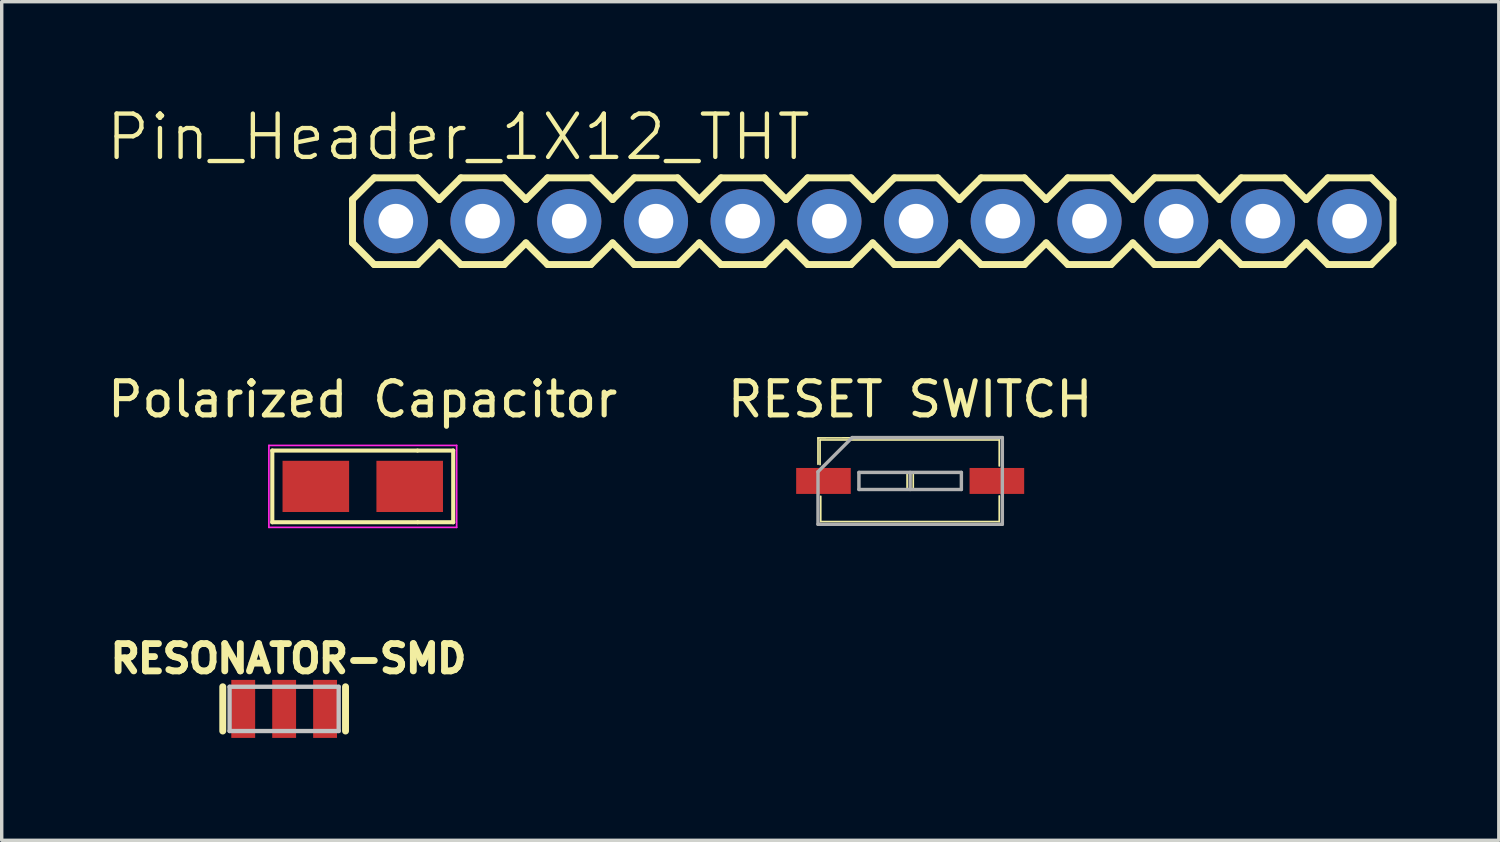
<source format=kicad_pcb>
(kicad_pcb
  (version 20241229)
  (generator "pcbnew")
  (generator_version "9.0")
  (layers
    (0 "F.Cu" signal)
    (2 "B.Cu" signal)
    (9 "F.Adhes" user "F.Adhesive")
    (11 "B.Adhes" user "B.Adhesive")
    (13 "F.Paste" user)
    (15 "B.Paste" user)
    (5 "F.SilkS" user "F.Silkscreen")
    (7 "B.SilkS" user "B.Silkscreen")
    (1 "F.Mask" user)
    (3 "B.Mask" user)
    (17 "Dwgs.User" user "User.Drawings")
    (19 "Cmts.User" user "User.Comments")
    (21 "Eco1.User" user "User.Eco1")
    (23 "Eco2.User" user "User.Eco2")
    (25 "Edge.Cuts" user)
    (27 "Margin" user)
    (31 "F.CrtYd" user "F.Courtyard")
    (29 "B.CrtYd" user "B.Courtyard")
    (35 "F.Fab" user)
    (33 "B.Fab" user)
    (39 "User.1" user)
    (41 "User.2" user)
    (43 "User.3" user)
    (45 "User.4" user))
  (footprint "Polarized Capacitor"
    (layer "F.Cu")
    (at 7.577 11.199)
    (property "Reference" "Polarized Capacitor" (at 0 -2.55 0) (layer "F.SilkS") (effects (font (size 1 1) (thickness 0.15))))
    (attr smd)
    (fp_line (start -2.65 -1.05) (end -2.65 1.05) (stroke (width 0.12) (type solid)) (layer "F.SilkS"))
    (fp_line (start -2.65 -1.05) (end 1.6 -1.05) (stroke (width 0.12) (type solid)) (layer "F.SilkS"))
    (fp_line (start -2.65 1.05) (end 1.6 1.05) (stroke (width 0.12) (type solid)) (layer "F.SilkS"))
    (fp_line (start 1.61 -1.05) (end 2.65 -1.05) (stroke (width 0.12) (type solid)) (layer "F.SilkS"))
    (fp_line (start 2.65 -1.05) (end 2.65 1.05) (stroke (width 0.12) (type solid)) (layer "F.SilkS"))
    (fp_line (start 2.65 1.05) (end 1.62 1.05) (stroke (width 0.12) (type solid)) (layer "F.SilkS"))
    (fp_line (start -2.75 -1.2) (end -2.75 1.2) (stroke (width 0.05) (type solid)) (layer "F.CrtYd"))
    (fp_line (start -2.75 1.2) (end 2.75 1.2) (stroke (width 0.05) (type solid)) (layer "F.CrtYd"))
    (fp_line (start 2.75 -1.2) (end -2.75 -1.2) (stroke (width 0.05) (type solid)) (layer "F.CrtYd"))
    (fp_line (start 2.75 1.2) (end 2.75 -1.2) (stroke (width 0.05) (type solid)) (layer "F.CrtYd"))
    (pad "1" smd rect (at -1.375 0) (size 1.95 1.5) (layers "F.Cu" "F.Mask" "F.Paste"))
    (pad "2" smd rect (at 1.375 0) (size 1.95 1.5) (layers "F.Cu" "F.Mask" "F.Paste")))
  (footprint "Pin_Header_1X12_THT"
    (layer "F.Cu")
    (at 8.546 3.43)
    (property "Reference" "Pin_Header_1X12_THT" (at 1.829 -2.464 0) (layer "F.SilkS") (effects (font (size 1.27 1.27) (thickness 0.127))))
    (attr exclude_from_pos_files exclude_from_bom)
    (fp_line (start -1.27 -0.635) (end -1.27 0.635) (stroke (width 0.203) (type solid)) (layer "F.SilkS"))
    (fp_line (start -1.27 0.635) (end -0.635 1.27) (stroke (width 0.203) (type solid)) (layer "F.SilkS"))
    (fp_line (start -0.635 -1.27) (end -1.27 -0.635) (stroke (width 0.203) (type solid)) (layer "F.SilkS"))
    (fp_line (start -0.635 -1.27) (end 0.635 -1.27) (stroke (width 0.203) (type solid)) (layer "F.SilkS"))
    (fp_line (start 0.635 -1.27) (end 1.27 -0.635) (stroke (width 0.203) (type solid)) (layer "F.SilkS"))
    (fp_line (start 0.635 1.27) (end -0.635 1.27) (stroke (width 0.203) (type solid)) (layer "F.SilkS"))
    (fp_line (start 1.27 -0.635) (end 1.905 -1.27) (stroke (width 0.203) (type solid)) (layer "F.SilkS"))
    (fp_line (start 1.27 0.635) (end 0.635 1.27) (stroke (width 0.203) (type solid)) (layer "F.SilkS"))
    (fp_line (start 1.905 -1.27) (end 3.175 -1.27) (stroke (width 0.203) (type solid)) (layer "F.SilkS"))
    (fp_line (start 1.905 1.27) (end 1.27 0.635) (stroke (width 0.203) (type solid)) (layer "F.SilkS"))
    (fp_line (start 3.175 -1.27) (end 3.81 -0.635) (stroke (width 0.203) (type solid)) (layer "F.SilkS"))
    (fp_line (start 3.175 1.27) (end 1.905 1.27) (stroke (width 0.203) (type solid)) (layer "F.SilkS"))
    (fp_line (start 3.81 -0.635) (end 4.445 -1.27) (stroke (width 0.203) (type solid)) (layer "F.SilkS"))
    (fp_line (start 3.81 0.635) (end 3.175 1.27) (stroke (width 0.203) (type solid)) (layer "F.SilkS"))
    (fp_line (start 4.445 -1.27) (end 5.715 -1.27) (stroke (width 0.203) (type solid)) (layer "F.SilkS"))
    (fp_line (start 4.445 1.27) (end 3.81 0.635) (stroke (width 0.203) (type solid)) (layer "F.SilkS"))
    (fp_line (start 5.715 -1.27) (end 6.35 -0.635) (stroke (width 0.203) (type solid)) (layer "F.SilkS"))
    (fp_line (start 5.715 1.27) (end 4.445 1.27) (stroke (width 0.203) (type solid)) (layer "F.SilkS"))
    (fp_line (start 6.35 0.635) (end 5.715 1.27) (stroke (width 0.203) (type solid)) (layer "F.SilkS"))
    (fp_line (start 6.35 0.635) (end 6.985 1.27) (stroke (width 0.203) (type solid)) (layer "F.SilkS"))
    (fp_line (start 6.985 -1.27) (end 6.35 -0.635) (stroke (width 0.203) (type solid)) (layer "F.SilkS"))
    (fp_line (start 6.985 -1.27) (end 8.255 -1.27) (stroke (width 0.203) (type solid)) (layer "F.SilkS"))
    (fp_line (start 8.255 -1.27) (end 8.89 -0.635) (stroke (width 0.203) (type solid)) (layer "F.SilkS"))
    (fp_line (start 8.255 1.27) (end 6.985 1.27) (stroke (width 0.203) (type solid)) (layer "F.SilkS"))
    (fp_line (start 8.89 -0.635) (end 9.525 -1.27) (stroke (width 0.203) (type solid)) (layer "F.SilkS"))
    (fp_line (start 8.89 0.635) (end 8.255 1.27) (stroke (width 0.203) (type solid)) (layer "F.SilkS"))
    (fp_line (start 9.525 -1.27) (end 10.795 -1.27) (stroke (width 0.203) (type solid)) (layer "F.SilkS"))
    (fp_line (start 9.525 1.27) (end 8.89 0.635) (stroke (width 0.203) (type solid)) (layer "F.SilkS"))
    (fp_line (start 10.795 -1.27) (end 11.43 -0.635) (stroke (width 0.203) (type solid)) (layer "F.SilkS"))
    (fp_line (start 10.795 1.27) (end 9.525 1.27) (stroke (width 0.203) (type solid)) (layer "F.SilkS"))
    (fp_line (start 11.43 -0.635) (end 12.065 -1.27) (stroke (width 0.203) (type solid)) (layer "F.SilkS"))
    (fp_line (start 11.43 0.635) (end 10.795 1.27) (stroke (width 0.203) (type solid)) (layer "F.SilkS"))
    (fp_line (start 12.065 -1.27) (end 13.335 -1.27) (stroke (width 0.203) (type solid)) (layer "F.SilkS"))
    (fp_line (start 12.065 1.27) (end 11.43 0.635) (stroke (width 0.203) (type solid)) (layer "F.SilkS"))
    (fp_line (start 13.335 -1.27) (end 13.97 -0.635) (stroke (width 0.203) (type solid)) (layer "F.SilkS"))
    (fp_line (start 13.335 1.27) (end 12.065 1.27) (stroke (width 0.203) (type solid)) (layer "F.SilkS"))
    (fp_line (start 13.97 0.635) (end 13.335 1.27) (stroke (width 0.203) (type solid)) (layer "F.SilkS"))
    (fp_line (start 13.97 0.635) (end 14.605 1.27) (stroke (width 0.203) (type solid)) (layer "F.SilkS"))
    (fp_line (start 14.605 -1.27) (end 13.97 -0.635) (stroke (width 0.203) (type solid)) (layer "F.SilkS"))
    (fp_line (start 14.605 -1.27) (end 15.875 -1.27) (stroke (width 0.203) (type solid)) (layer "F.SilkS"))
    (fp_line (start 15.875 -1.27) (end 16.51 -0.635) (stroke (width 0.203) (type solid)) (layer "F.SilkS"))
    (fp_line (start 15.875 1.27) (end 14.605 1.27) (stroke (width 0.203) (type solid)) (layer "F.SilkS"))
    (fp_line (start 16.51 0.635) (end 15.875 1.27) (stroke (width 0.203) (type solid)) (layer "F.SilkS"))
    (fp_line (start 16.51 0.635) (end 17.145 1.27) (stroke (width 0.203) (type solid)) (layer "F.SilkS"))
    (fp_line (start 17.145 -1.27) (end 16.51 -0.635) (stroke (width 0.203) (type solid)) (layer "F.SilkS"))
    (fp_line (start 17.145 -1.27) (end 18.415 -1.27) (stroke (width 0.203) (type solid)) (layer "F.SilkS"))
    (fp_line (start 18.415 -1.27) (end 19.05 -0.635) (stroke (width 0.203) (type solid)) (layer "F.SilkS"))
    (fp_line (start 18.415 1.27) (end 17.145 1.27) (stroke (width 0.203) (type solid)) (layer "F.SilkS"))
    (fp_line (start 19.05 0.635) (end 18.415 1.27) (stroke (width 0.203) (type solid)) (layer "F.SilkS"))
    (fp_line (start 19.05 0.635) (end 19.685 1.27) (stroke (width 0.203) (type solid)) (layer "F.SilkS"))
    (fp_line (start 19.685 -1.27) (end 19.05 -0.635) (stroke (width 0.203) (type solid)) (layer "F.SilkS"))
    (fp_line (start 19.685 -1.27) (end 20.955 -1.27) (stroke (width 0.203) (type solid)) (layer "F.SilkS"))
    (fp_line (start 20.955 -1.27) (end 21.59 -0.635) (stroke (width 0.203) (type solid)) (layer "F.SilkS"))
    (fp_line (start 20.955 1.27) (end 19.685 1.27) (stroke (width 0.203) (type solid)) (layer "F.SilkS"))
    (fp_line (start 21.59 0.635) (end 20.955 1.27) (stroke (width 0.203) (type solid)) (layer "F.SilkS"))
    (fp_line (start 21.59 0.635) (end 22.225 1.27) (stroke (width 0.203) (type solid)) (layer "F.SilkS"))
    (fp_line (start 22.225 -1.27) (end 21.59 -0.635) (stroke (width 0.203) (type solid)) (layer "F.SilkS"))
    (fp_line (start 22.225 -1.27) (end 23.495 -1.27) (stroke (width 0.203) (type solid)) (layer "F.SilkS"))
    (fp_line (start 23.495 -1.27) (end 24.13 -0.635) (stroke (width 0.203) (type solid)) (layer "F.SilkS"))
    (fp_line (start 23.495 1.27) (end 22.225 1.27) (stroke (width 0.203) (type solid)) (layer "F.SilkS"))
    (fp_line (start 24.13 0.635) (end 23.495 1.27) (stroke (width 0.203) (type solid)) (layer "F.SilkS"))
    (fp_line (start 24.13 0.635) (end 24.765 1.27) (stroke (width 0.203) (type solid)) (layer "F.SilkS"))
    (fp_line (start 24.765 -1.27) (end 24.13 -0.635) (stroke (width 0.203) (type solid)) (layer "F.SilkS"))
    (fp_line (start 24.765 -1.27) (end 26.035 -1.27) (stroke (width 0.203) (type solid)) (layer "F.SilkS"))
    (fp_line (start 26.035 -1.27) (end 26.67 -0.635) (stroke (width 0.203) (type solid)) (layer "F.SilkS"))
    (fp_line (start 26.035 1.27) (end 24.765 1.27) (stroke (width 0.203) (type solid)) (layer "F.SilkS"))
    (fp_line (start 26.67 0.635) (end 26.035 1.27) (stroke (width 0.203) (type solid)) (layer "F.SilkS"))
    (fp_line (start 26.67 0.635) (end 27.305 1.27) (stroke (width 0.203) (type solid)) (layer "F.SilkS"))
    (fp_line (start 27.305 -1.27) (end 26.67 -0.635) (stroke (width 0.203) (type solid)) (layer "F.SilkS"))
    (fp_line (start 27.305 -1.27) (end 28.575 -1.27) (stroke (width 0.203) (type solid)) (layer "F.SilkS"))
    (fp_line (start 28.575 -1.27) (end 29.21 -0.635) (stroke (width 0.203) (type solid)) (layer "F.SilkS"))
    (fp_line (start 28.575 1.27) (end 27.305 1.27) (stroke (width 0.203) (type solid)) (layer "F.SilkS"))
    (fp_line (start 29.21 -0.635) (end 29.21 0.635) (stroke (width 0.203) (type solid)) (layer "F.SilkS"))
    (fp_line (start 29.21 0.635) (end 28.575 1.27) (stroke (width 0.203) (type solid)) (layer "F.SilkS"))
    (fp_line (start -0.254 -0.254) (end 0.254 -0.254) (stroke (width 0.066) (type solid)) (layer "Dwgs.User"))
    (fp_line (start -0.254 0.254) (end -0.254 -0.254) (stroke (width 0.066) (type solid)) (layer "Dwgs.User"))
    (fp_line (start -0.254 0.254) (end 0.254 0.254) (stroke (width 0.066) (type solid)) (layer "Dwgs.User"))
    (fp_line (start 0.254 0.254) (end 0.254 -0.254) (stroke (width 0.066) (type solid)) (layer "Dwgs.User"))
    (fp_line (start 2.286 -0.254) (end 2.794 -0.254) (stroke (width 0.066) (type solid)) (layer "Dwgs.User"))
    (fp_line (start 2.286 0.254) (end 2.286 -0.254) (stroke (width 0.066) (type solid)) (layer "Dwgs.User"))
    (fp_line (start 2.286 0.254) (end 2.794 0.254) (stroke (width 0.066) (type solid)) (layer "Dwgs.User"))
    (fp_line (start 2.794 0.254) (end 2.794 -0.254) (stroke (width 0.066) (type solid)) (layer "Dwgs.User"))
    (fp_line (start 4.826 -0.254) (end 5.334 -0.254) (stroke (width 0.066) (type solid)) (layer "Dwgs.User"))
    (fp_line (start 4.826 0.254) (end 4.826 -0.254) (stroke (width 0.066) (type solid)) (layer "Dwgs.User"))
    (fp_line (start 4.826 0.254) (end 5.334 0.254) (stroke (width 0.066) (type solid)) (layer "Dwgs.User"))
    (fp_line (start 5.334 0.254) (end 5.334 -0.254) (stroke (width 0.066) (type solid)) (layer "Dwgs.User"))
    (fp_line (start 7.366 -0.254) (end 7.874 -0.254) (stroke (width 0.066) (type solid)) (layer "Dwgs.User"))
    (fp_line (start 7.366 0.254) (end 7.366 -0.254) (stroke (width 0.066) (type solid)) (layer "Dwgs.User"))
    (fp_line (start 7.366 0.254) (end 7.874 0.254) (stroke (width 0.066) (type solid)) (layer "Dwgs.User"))
    (fp_line (start 7.874 0.254) (end 7.874 -0.254) (stroke (width 0.066) (type solid)) (layer "Dwgs.User"))
    (fp_line (start 9.906 -0.254) (end 10.414 -0.254) (stroke (width 0.066) (type solid)) (layer "Dwgs.User"))
    (fp_line (start 9.906 0.254) (end 9.906 -0.254) (stroke (width 0.066) (type solid)) (layer "Dwgs.User"))
    (fp_line (start 9.906 0.254) (end 10.414 0.254) (stroke (width 0.066) (type solid)) (layer "Dwgs.User"))
    (fp_line (start 10.414 0.254) (end 10.414 -0.254) (stroke (width 0.066) (type solid)) (layer "Dwgs.User"))
    (fp_line (start 12.446 -0.254) (end 12.954 -0.254) (stroke (width 0.066) (type solid)) (layer "Dwgs.User"))
    (fp_line (start 12.446 0.254) (end 12.446 -0.254) (stroke (width 0.066) (type solid)) (layer "Dwgs.User"))
    (fp_line (start 12.446 0.254) (end 12.954 0.254) (stroke (width 0.066) (type solid)) (layer "Dwgs.User"))
    (fp_line (start 12.954 0.254) (end 12.954 -0.254) (stroke (width 0.066) (type solid)) (layer "Dwgs.User"))
    (fp_line (start 14.986 -0.254) (end 15.494 -0.254) (stroke (width 0.066) (type solid)) (layer "Dwgs.User"))
    (fp_line (start 14.986 0.254) (end 14.986 -0.254) (stroke (width 0.066) (type solid)) (layer "Dwgs.User"))
    (fp_line (start 14.986 0.254) (end 15.494 0.254) (stroke (width 0.066) (type solid)) (layer "Dwgs.User"))
    (fp_line (start 15.494 0.254) (end 15.494 -0.254) (stroke (width 0.066) (type solid)) (layer "Dwgs.User"))
    (fp_line (start 17.523 -0.254) (end 18.034 -0.254) (stroke (width 0.066) (type solid)) (layer "Dwgs.User"))
    (fp_line (start 17.523 0.254) (end 17.523 -0.254) (stroke (width 0.066) (type solid)) (layer "Dwgs.User"))
    (fp_line (start 17.523 0.254) (end 18.034 0.254) (stroke (width 0.066) (type solid)) (layer "Dwgs.User"))
    (fp_line (start 18.034 0.254) (end 18.034 -0.254) (stroke (width 0.066) (type solid)) (layer "Dwgs.User"))
    (fp_line (start 20.066 -0.254) (end 20.574 -0.254) (stroke (width 0.066) (type solid)) (layer "Dwgs.User"))
    (fp_line (start 20.066 0.254) (end 20.066 -0.254) (stroke (width 0.066) (type solid)) (layer "Dwgs.User"))
    (fp_line (start 20.066 0.254) (end 20.574 0.254) (stroke (width 0.066) (type solid)) (layer "Dwgs.User"))
    (fp_line (start 20.574 0.254) (end 20.574 -0.254) (stroke (width 0.066) (type solid)) (layer "Dwgs.User"))
    (fp_line (start 22.606 -0.254) (end 23.114 -0.254) (stroke (width 0.066) (type solid)) (layer "Dwgs.User"))
    (fp_line (start 22.606 0.254) (end 22.606 -0.254) (stroke (width 0.066) (type solid)) (layer "Dwgs.User"))
    (fp_line (start 22.606 0.254) (end 23.114 0.254) (stroke (width 0.066) (type solid)) (layer "Dwgs.User"))
    (fp_line (start 23.114 0.254) (end 23.114 -0.254) (stroke (width 0.066) (type solid)) (layer "Dwgs.User"))
    (fp_line (start 25.146 -0.254) (end 25.654 -0.254) (stroke (width 0.066) (type solid)) (layer "Dwgs.User"))
    (fp_line (start 25.146 0.254) (end 25.146 -0.254) (stroke (width 0.066) (type solid)) (layer "Dwgs.User"))
    (fp_line (start 25.146 0.254) (end 25.654 0.254) (stroke (width 0.066) (type solid)) (layer "Dwgs.User"))
    (fp_line (start 25.654 0.254) (end 25.654 -0.254) (stroke (width 0.066) (type solid)) (layer "Dwgs.User"))
    (fp_line (start 27.686 -0.254) (end 28.194 -0.254) (stroke (width 0.066) (type solid)) (layer "Dwgs.User"))
    (fp_line (start 27.686 0.254) (end 27.686 -0.254) (stroke (width 0.066) (type solid)) (layer "Dwgs.User"))
    (fp_line (start 27.686 0.254) (end 28.194 0.254) (stroke (width 0.066) (type solid)) (layer "Dwgs.User"))
    (fp_line (start 28.194 0.254) (end 28.194 -0.254) (stroke (width 0.066) (type solid)) (layer "Dwgs.User"))
    (pad "1" thru_hole circle (at 0 0) (size 1.88 1.88) (drill 1.016) (layers "*.Cu" "*.Paste" "*.Mask"))
    (pad "2" thru_hole circle (at 2.54 0) (size 1.88 1.88) (drill 1.016) (layers "*.Cu" "*.Paste" "*.Mask"))
    (pad "3" thru_hole circle (at 5.08 0) (size 1.88 1.88) (drill 1.016) (layers "*.Cu" "*.Paste" "*.Mask"))
    (pad "4" thru_hole circle (at 7.62 0) (size 1.88 1.88) (drill 1.016) (layers "*.Cu" "*.Paste" "*.Mask"))
    (pad "5" thru_hole circle (at 10.16 0) (size 1.88 1.88) (drill 1.016) (layers "*.Cu" "*.Paste" "*.Mask"))
    (pad "6" thru_hole circle (at 12.7 0) (size 1.88 1.88) (drill 1.016) (layers "*.Cu" "*.Paste" "*.Mask"))
    (pad "7" thru_hole circle (at 15.24 0) (size 1.88 1.88) (drill 1.016) (layers "*.Cu" "*.Paste" "*.Mask"))
    (pad "8" thru_hole circle (at 17.78 0) (size 1.88 1.88) (drill 1.016) (layers "*.Cu" "*.Paste" "*.Mask"))
    (pad "9" thru_hole circle (at 20.32 0) (size 1.88 1.88) (drill 1.016) (layers "*.Cu" "*.Paste" "*.Mask"))
    (pad "10" thru_hole circle (at 22.86 0) (size 1.88 1.88) (drill 1.016) (layers "*.Cu" "*.Paste" "*.Mask"))
    (pad "11" thru_hole circle (at 25.4 0) (size 1.88 1.88) (drill 1.016) (layers "*.Cu" "*.Paste" "*.Mask"))
    (pad "12" thru_hole circle (at 27.94 0) (size 1.88 1.88) (drill 1.016) (layers "*.Cu" "*.Paste" "*.Mask")))
  (footprint "RESONATOR-SMD"
    (layer "F.Cu")
    (at 5.274 17.717)
    (property "Reference" "RESONATOR-SMD" (at 0.127 -1.473 0) (layer "F.SilkS") (effects (font (size 0.8 0.8) (thickness 0.2))))
    (attr smd)
    (fp_line (start -1.798 0.648) (end -1.798 -0.648) (stroke (width 0.203) (type solid)) (layer "F.SilkS"))
    (fp_line (start 1.798 -0.648) (end 1.798 0.648) (stroke (width 0.203) (type solid)) (layer "F.SilkS"))
    (fp_line (start -1.598 -0.648) (end 1.598 -0.648) (stroke (width 0.127) (type solid)) (layer "Dwgs.User"))
    (fp_line (start -1.598 0.648) (end -1.598 -0.648) (stroke (width 0.127) (type solid)) (layer "Dwgs.User"))
    (fp_line (start 1.598 -0.648) (end 1.598 0.648) (stroke (width 0.127) (type solid)) (layer "Dwgs.User"))
    (fp_line (start 1.598 0.648) (end -1.598 0.648) (stroke (width 0.127) (type solid)) (layer "Dwgs.User"))
    (pad "1" smd rect (at -1.199 0) (size 0.699 1.699) (layers "F.Cu" "F.Mask" "F.Paste"))
    (pad "2" smd rect (at 0 0) (size 0.699 1.699) (layers "F.Cu" "F.Mask" "F.Paste"))
    (pad "3" smd rect (at 1.199 0) (size 0.699 1.699) (layers "F.Cu" "F.Mask" "F.Paste")))
  (footprint "RESET SWITCH"
    (layer "F.Cu")
    (at 23.613 11.039)
    (property "Reference" "RESET SWITCH" (at 0 -2.39 0) (layer "F.SilkS") (effects (font (size 1 1) (thickness 0.15))))
    (attr smd)
    (fp_line (start -2.7 -1.26) (end 2.69 -1.27) (stroke (width 0.05) (type solid)) (layer "F.SilkS"))
    (fp_line (start -2.7 -0.49) (end -2.7 -1.26) (stroke (width 0.05) (type solid)) (layer "F.SilkS"))
    (fp_line (start -2.7 1.26) (end -2.7 0.44) (stroke (width 0.05) (type solid)) (layer "F.SilkS"))
    (fp_line (start -2.7 1.26) (end 2.69 1.27) (stroke (width 0.05) (type solid)) (layer "F.SilkS"))
    (fp_line (start -2.64 -1.2) (end 2.61 -1.2) (stroke (width 0.05) (type solid)) (layer "F.SilkS"))
    (fp_line (start -2.64 -0.48) (end -2.64 -1.2) (stroke (width 0.05) (type solid)) (layer "F.SilkS"))
    (fp_line (start -2.62 1.19) (end -2.62 0.45) (stroke (width 0.05) (type solid)) (layer "F.SilkS"))
    (fp_line (start -1.51 0.25) (end -1.51 -0.25) (stroke (width 0.05) (type solid)) (layer "F.SilkS"))
    (fp_line (start -1.5 -0.25) (end 1.49 -0.25) (stroke (width 0.05) (type solid)) (layer "F.SilkS"))
    (fp_line (start -0.09 -0.24) (end -0.09 0.24) (stroke (width 0.05) (type solid)) (layer "F.SilkS"))
    (fp_line (start 0 -0.25) (end 0 0.24) (stroke (width 0.05) (type solid)) (layer "F.SilkS"))
    (fp_line (start 0.09 -0.24) (end 0.09 0.23) (stroke (width 0.05) (type solid)) (layer "F.SilkS"))
    (fp_line (start 1.49 -0.25) (end 1.49 0.24) (stroke (width 0.05) (type solid)) (layer "F.SilkS"))
    (fp_line (start 1.49 0.24) (end -1.51 0.25) (stroke (width 0.05) (type solid)) (layer "F.SilkS"))
    (fp_line (start 2.61 -1.2) (end 2.61 -0.44) (stroke (width 0.05) (type solid)) (layer "F.SilkS"))
    (fp_line (start 2.61 0.44) (end 2.61 1.19) (stroke (width 0.05) (type solid)) (layer "F.SilkS"))
    (fp_line (start 2.61 1.19) (end -2.62 1.19) (stroke (width 0.05) (type solid)) (layer "F.SilkS"))
    (fp_line (start 2.69 -1.27) (end 2.69 -0.44) (stroke (width 0.05) (type solid)) (layer "F.SilkS"))
    (fp_line (start 2.69 1.27) (end 2.69 0.45) (stroke (width 0.05) (type solid)) (layer "F.SilkS"))
    (fp_line (start -2.7 -0.27) (end -1.7 -1.27) (stroke (width 0.1) (type solid)) (layer "F.Fab"))
    (fp_line (start -2.7 1.27) (end -2.7 -0.27) (stroke (width 0.1) (type solid)) (layer "F.Fab"))
    (fp_line (start -1.7 -1.27) (end 2.7 -1.27) (stroke (width 0.1) (type solid)) (layer "F.Fab"))
    (fp_line (start -1.5 -0.25) (end -1.5 0.25) (stroke (width 0.1) (type solid)) (layer "F.Fab"))
    (fp_line (start -1.5 0.25) (end 1.5 0.25) (stroke (width 0.1) (type solid)) (layer "F.Fab"))
    (fp_line (start 0 -0.25) (end 0 0.25) (stroke (width 0.1) (type solid)) (layer "F.Fab"))
    (fp_line (start 1.5 -0.25) (end -1.5 -0.25) (stroke (width 0.1) (type solid)) (layer "F.Fab"))
    (fp_line (start 1.5 0.25) (end 1.5 -0.25) (stroke (width 0.1) (type solid)) (layer "F.Fab"))
    (fp_line (start 2.7 -1.27) (end 2.7 1.27) (stroke (width 0.1) (type solid)) (layer "F.Fab"))
    (fp_line (start 2.7 1.27) (end -2.7 1.27) (stroke (width 0.1) (type solid)) (layer "F.Fab"))
    (pad "1" smd rect (at -2.54 0) (size 1.6 0.76) (layers "F.Cu" "F.Mask"))
    (pad "2" smd rect (at 2.54 0) (size 1.6 0.76) (layers "F.Cu" "F.Mask")))
  (gr_rect
    (start -3 -3)
    (end 40.857 21.566)
    (stroke (width 0.1) (type default))
    (fill no)
    (layer "Edge.Cuts")))
</source>
